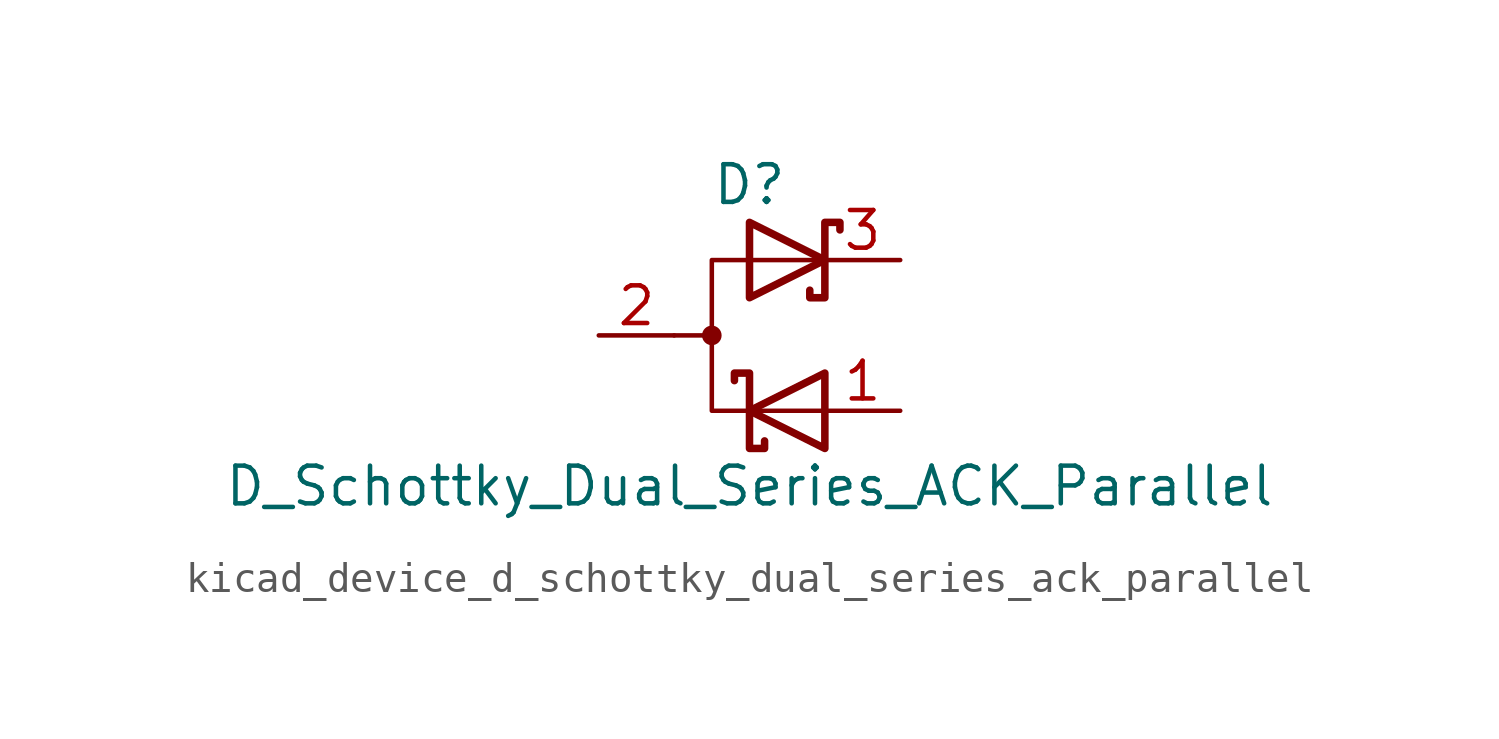
<source format=kicad_sym>
(kicad_symbol_lib
  (version 20220914)
  (generator kicad_symbol_editor)
  (symbol "kicad_device_d_schottky_dual_series_ack_parallel"
    (pin_names
      (offset 0.762) hide)
    (property "Reference" "D"
      (at 0 5.08 0)
      (effects (font (size 1.27 1.27))))
    (property "Value" "D_Schottky_Dual_Series_ACK_Parallel"
      (at 0 -5.08 0)
      (effects (font (size 1.27 1.27))))
    (symbol "kicad_device_d_schottky_dual_series_ack_parallel_0_1"
      (circle (center -1.27 0) (radius 0.254) (stroke (width 0) (type default)) (fill (type outline)))
      (polyline (pts (xy -1.27 0) (xy -2.54 0)) (stroke (width 0) (type default)) (fill (type none)))
      (polyline (pts (xy 2.54 2.54) (xy -1.27 2.54) (xy -1.27 -2.54) (xy 2.54 -2.54)) (stroke (width 0) (type default)) (fill (type none)))
      (polyline (pts (xy -0.508 -1.524) (xy -0.508 -1.27) (xy 0 -1.27) (xy 0 -3.81) (xy 0.508 -3.81) (xy 0.508 -3.556)) (stroke (width 0.254) (type default)) (fill (type none)))
      (polyline (pts (xy 0 3.81) (xy 2.54 2.54) (xy 0 1.27) (xy 0 3.81) (xy 0 3.81) (xy 0 3.81)) (stroke (width 0.254) (type default)) (fill (type none)))
      (polyline (pts (xy 2.54 -1.27) (xy 0 -2.54) (xy 2.54 -3.81) (xy 2.54 -1.27) (xy 2.54 -1.27) (xy 2.54 -1.27)) (stroke (width 0.254) (type default)) (fill (type none)))
      (polyline (pts (xy 3.048 3.556) (xy 3.048 3.81) (xy 2.54 3.81) (xy 2.54 1.27) (xy 2.032 1.27) (xy 2.032 1.524)) (stroke (width 0.254) (type default)) (fill (type none)))
      (pin passive line (at 5.08 -2.54 180) (length 2.54) (name "K" (effects (font (size 1.27 1.27)))) (number "1" (effects (font (size 1.27 1.27)))))
      (pin passive line (at -5.08 0 0) (length 2.54) (name "A" (effects (font (size 1.27 1.27)))) (number "2" (effects (font (size 1.27 1.27)))))
      (pin passive line (at 5.08 2.54 180) (length 2.54) (name "K" (effects (font (size 1.27 1.27)))) (number "3" (effects (font (size 1.27 1.27))))))))
</source>
